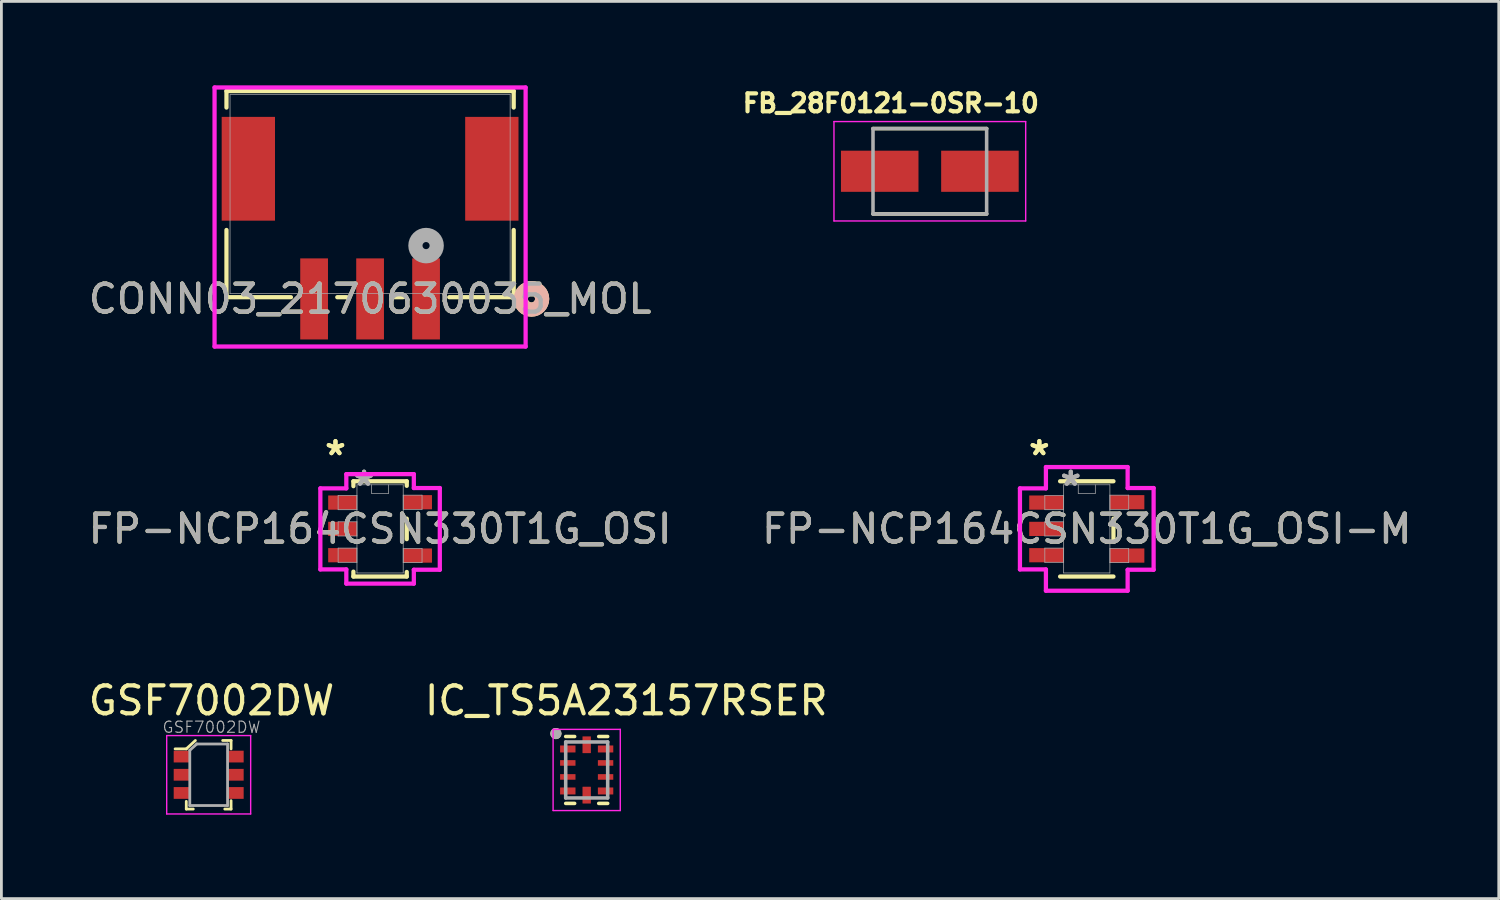
<source format=kicad_pcb>
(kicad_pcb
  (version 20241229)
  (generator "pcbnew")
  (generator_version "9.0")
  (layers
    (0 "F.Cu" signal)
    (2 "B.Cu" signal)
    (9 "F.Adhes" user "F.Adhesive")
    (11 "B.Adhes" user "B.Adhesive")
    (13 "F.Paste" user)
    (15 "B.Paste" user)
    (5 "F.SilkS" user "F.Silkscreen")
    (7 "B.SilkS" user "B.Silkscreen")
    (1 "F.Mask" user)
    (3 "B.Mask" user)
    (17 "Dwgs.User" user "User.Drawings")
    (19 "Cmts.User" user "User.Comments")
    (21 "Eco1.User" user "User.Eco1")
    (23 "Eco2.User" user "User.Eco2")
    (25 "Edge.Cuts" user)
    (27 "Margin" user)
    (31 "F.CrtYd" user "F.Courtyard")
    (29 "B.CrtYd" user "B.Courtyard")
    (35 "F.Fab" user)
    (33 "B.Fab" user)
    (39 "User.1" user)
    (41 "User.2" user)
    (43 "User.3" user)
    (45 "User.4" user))
  (footprint "CONN03_2170630035_MOL"
    (layer "F.Cu")
    (at 10.173 3.886)
    (property "Reference" "CONN03_2170630035_MOL" (at 0 3.744 0) (unlocked yes) (layer "F.SilkS") (effects (font (size 1 1) (thickness 0.15))))
    (attr smd)
    (fp_line (start -5.131 -3.683) (end -5.131 -3.093) (stroke (width 0.152) (type solid)) (layer "F.SilkS"))
    (fp_line (start -5.131 1.281) (end -5.131 3.683) (stroke (width 0.152) (type solid)) (layer "F.SilkS"))
    (fp_line (start -5.131 3.683) (end -2.828 3.683) (stroke (width 0.152) (type solid)) (layer "F.SilkS"))
    (fp_line (start -1.172 3.683) (end -0.828 3.683) (stroke (width 0.152) (type solid)) (layer "F.SilkS"))
    (fp_line (start 0.828 3.683) (end 1.172 3.683) (stroke (width 0.152) (type solid)) (layer "F.SilkS"))
    (fp_line (start 2.828 3.683) (end 5.131 3.683) (stroke (width 0.152) (type solid)) (layer "F.SilkS"))
    (fp_line (start 5.131 -3.683) (end -5.131 -3.683) (stroke (width 0.152) (type solid)) (layer "F.SilkS"))
    (fp_line (start 5.131 -3.093) (end 5.131 -3.683) (stroke (width 0.152) (type solid)) (layer "F.SilkS"))
    (fp_line (start 5.131 3.683) (end 5.131 1.281) (stroke (width 0.152) (type solid)) (layer "F.SilkS"))
    (fp_circle (center 5.766 3.744) (end 6.147 3.744) (stroke (width 0.508) (type solid)) (fill no) (layer "F.SilkS"))
    (fp_circle (center 5.766 3.744) (end 6.147 3.744) (stroke (width 0.508) (type solid)) (fill no) (layer "B.SilkS"))
    (fp_line (start -5.557 -3.81) (end -5.557 5.446) (stroke (width 0.152) (type solid)) (layer "F.CrtYd"))
    (fp_line (start -5.557 5.446) (end 5.557 5.446) (stroke (width 0.152) (type solid)) (layer "F.CrtYd"))
    (fp_line (start 5.557 -3.81) (end -5.557 -3.81) (stroke (width 0.152) (type solid)) (layer "F.CrtYd"))
    (fp_line (start 5.557 5.446) (end 5.557 -3.81) (stroke (width 0.152) (type solid)) (layer "F.CrtYd"))
    (fp_line (start -5.004 -3.556) (end -5.004 3.556) (stroke (width 0.025) (type solid)) (layer "F.Fab"))
    (fp_line (start -5.004 3.556) (end 5.004 3.556) (stroke (width 0.025) (type solid)) (layer "F.Fab"))
    (fp_line (start 5.004 -3.556) (end -5.004 -3.556) (stroke (width 0.025) (type solid)) (layer "F.Fab"))
    (fp_line (start 5.004 3.556) (end 5.004 -3.556) (stroke (width 0.025) (type solid)) (layer "F.Fab"))
    (fp_circle (center 2 1.839) (end 2.381 1.839) (stroke (width 0.508) (type solid)) (fill no) (layer "F.Fab"))
    (fp_text user "${REFERENCE}" (at 0 3.744 0) (unlocked yes) (layer "F.Fab") (effects (font (size 1 1) (thickness 0.15))))
    (pad "1" smd rect (at 2 3.744) (size 0.991 2.896) (layers "F.Cu" "F.Mask" "F.Paste"))
    (pad "2" smd rect (at 0 3.744) (size 0.991 2.896) (layers "F.Cu" "F.Mask" "F.Paste"))
    (pad "3" smd rect (at -2 3.744) (size 0.991 2.896) (layers "F.Cu" "F.Mask" "F.Paste"))
    (pad "4" smd rect (at -4.35 -0.906) (size 1.905 3.708) (layers "F.Cu" "F.Mask" "F.Paste"))
    (pad "5" smd rect (at 4.35 -0.906) (size 1.905 3.708) (layers "F.Cu" "F.Mask" "F.Paste")))
  (footprint "GSF7002DW"
    (layer "F.Cu")
    (at 4.506 24.732)
    (property "Reference" "GSF7002DW" (at 0 -2.75 0) (layer "F.SilkS") (effects (font (size 1 1) (thickness 0.15))))
    (attr smd)
    (fp_line (start -0.9 -1.025) (end -1.3 -1.025) (stroke (width 0.1) (type solid)) (layer "F.SilkS"))
    (fp_line (start -0.9 0.85) (end -0.9 1.125) (stroke (width 0.1) (type solid)) (layer "F.SilkS"))
    (fp_line (start -0.9 1.125) (end -0.65 1.125) (stroke (width 0.1) (type solid)) (layer "F.SilkS"))
    (fp_line (start -0.575 -1.325) (end -0.9 -1.025) (stroke (width 0.1) (type solid)) (layer "F.SilkS"))
    (fp_line (start 0.7 -1.325) (end 0.4 -1.325) (stroke (width 0.1) (type solid)) (layer "F.SilkS"))
    (fp_line (start 0.7 -1.025) (end 0.7 -1.325) (stroke (width 0.1) (type solid)) (layer "F.SilkS"))
    (fp_line (start 0.7 0.825) (end 0.7 1.125) (stroke (width 0.1) (type solid)) (layer "F.SilkS"))
    (fp_line (start 0.7 1.125) (end 0.475 1.125) (stroke (width 0.1) (type solid)) (layer "F.SilkS"))
    (fp_line (start -1.6 -1.5) (end 1.4 -1.5) (stroke (width 0.05) (type solid)) (layer "F.CrtYd"))
    (fp_line (start -1.6 1.3) (end -1.6 -1.5) (stroke (width 0.05) (type solid)) (layer "F.CrtYd"))
    (fp_line (start 1.4 -1.5) (end 1.4 1.3) (stroke (width 0.05) (type solid)) (layer "F.CrtYd"))
    (fp_line (start 1.4 1.3) (end -1.6 1.3) (stroke (width 0.05) (type solid)) (layer "F.CrtYd"))
    (fp_line (start -0.775 -0.975) (end -0.775 1) (stroke (width 0.1) (type solid)) (layer "F.Fab"))
    (fp_line (start -0.525 -1.2) (end -0.775 -0.975) (stroke (width 0.1) (type solid)) (layer "F.Fab"))
    (fp_line (start -0.525 -1.2) (end 0.575 -1.2) (stroke (width 0.1) (type solid)) (layer "F.Fab"))
    (fp_line (start 0.575 -1.2) (end 0.575 1) (stroke (width 0.1) (type solid)) (layer "F.Fab"))
    (fp_line (start 0.575 1) (end -0.775 1) (stroke (width 0.1) (type solid)) (layer "F.Fab"))
    (fp_text user "${REFERENCE}" (at 0 -1.8 180) (layer "F.Fab") (effects (font (size 0.4 0.4) (thickness 0.04))))
    (pad "D1" smd rect (at 0.85 -0.75 270) (size 0.42 0.6) (layers "F.Cu" "F.Mask" "F.Paste"))
    (pad "D2" smd rect (at -1.05 0.55 270) (size 0.42 0.6) (layers "F.Cu" "F.Mask" "F.Paste"))
    (pad "G1" smd rect (at -1.05 -0.1 270) (size 0.42 0.6) (layers "F.Cu" "F.Mask" "F.Paste"))
    (pad "G2" smd rect (at 0.85 -0.1 270) (size 0.42 0.6) (layers "F.Cu" "F.Mask" "F.Paste"))
    (pad "S1" smd rect (at -1.05 -0.75 270) (size 0.42 0.6) (layers "F.Cu" "F.Mask" "F.Paste"))
    (pad "S2" smd rect (at 0.85 0.55 270) (size 0.42 0.6) (layers "F.Cu" "F.Mask" "F.Paste")))
  (footprint "FP-NCP164CSN330T1G_OSI-M"
    (layer "F.Cu")
    (at 35.78 15.847)
    (property "Reference" "FP-NCP164CSN330T1G_OSI-M" (at 0 0 0) (unlocked yes) (layer "F.SilkS") (effects (font (size 1 1) (thickness 0.15))))
    (attr smd)
    (fp_line (start -0.953 1.702) (end 0.953 1.702) (stroke (width 0.152) (type solid)) (layer "F.SilkS"))
    (fp_line (start 0.953 -1.702) (end -0.953 -1.702) (stroke (width 0.152) (type solid)) (layer "F.SilkS"))
    (fp_line (start 0.953 0.366) (end 0.953 -0.366) (stroke (width 0.152) (type solid)) (layer "F.SilkS"))
    (fp_line (start -2.388 -1.448) (end -1.46 -1.448) (stroke (width 0.152) (type solid)) (layer "F.CrtYd"))
    (fp_line (start -2.388 1.448) (end -2.388 -1.448) (stroke (width 0.152) (type solid)) (layer "F.CrtYd"))
    (fp_line (start -1.46 -2.21) (end 1.46 -2.21) (stroke (width 0.152) (type solid)) (layer "F.CrtYd"))
    (fp_line (start -1.46 -1.448) (end -1.46 -2.21) (stroke (width 0.152) (type solid)) (layer "F.CrtYd"))
    (fp_line (start -1.46 1.448) (end -2.388 1.448) (stroke (width 0.152) (type solid)) (layer "F.CrtYd"))
    (fp_line (start -1.46 2.21) (end -1.46 1.448) (stroke (width 0.152) (type solid)) (layer "F.CrtYd"))
    (fp_line (start 1.46 -2.21) (end 1.46 -1.46) (stroke (width 0.152) (type solid)) (layer "F.CrtYd"))
    (fp_line (start 1.46 -1.46) (end 2.388 -1.46) (stroke (width 0.152) (type solid)) (layer "F.CrtYd"))
    (fp_line (start 1.46 1.46) (end 1.46 2.21) (stroke (width 0.152) (type solid)) (layer "F.CrtYd"))
    (fp_line (start 1.46 2.21) (end -1.46 2.21) (stroke (width 0.152) (type solid)) (layer "F.CrtYd"))
    (fp_line (start 2.388 -1.46) (end 2.388 1.46) (stroke (width 0.152) (type solid)) (layer "F.CrtYd"))
    (fp_line (start 2.388 1.46) (end 1.46 1.46) (stroke (width 0.152) (type solid)) (layer "F.CrtYd"))
    (fp_line (start -1.499 -1.194) (end -1.499 -0.686) (stroke (width 0.025) (type solid)) (layer "F.Fab"))
    (fp_line (start -1.499 -0.686) (end -0.826 -0.686) (stroke (width 0.025) (type solid)) (layer "F.Fab"))
    (fp_line (start -1.499 -0.254) (end -1.499 0.254) (stroke (width 0.025) (type solid)) (layer "F.Fab"))
    (fp_line (start -1.499 0.254) (end -0.826 0.254) (stroke (width 0.025) (type solid)) (layer "F.Fab"))
    (fp_line (start -1.499 0.686) (end -1.499 1.194) (stroke (width 0.025) (type solid)) (layer "F.Fab"))
    (fp_line (start -1.499 1.194) (end -0.826 1.194) (stroke (width 0.025) (type solid)) (layer "F.Fab"))
    (fp_line (start -0.826 -1.575) (end -0.826 1.575) (stroke (width 0.025) (type solid)) (layer "F.Fab"))
    (fp_line (start -0.826 -1.194) (end -1.499 -1.194) (stroke (width 0.025) (type solid)) (layer "F.Fab"))
    (fp_line (start -0.826 -0.686) (end -0.826 -1.194) (stroke (width 0.025) (type solid)) (layer "F.Fab"))
    (fp_line (start -0.826 -0.254) (end -1.499 -0.254) (stroke (width 0.025) (type solid)) (layer "F.Fab"))
    (fp_line (start -0.826 0.254) (end -0.826 -0.254) (stroke (width 0.025) (type solid)) (layer "F.Fab"))
    (fp_line (start -0.826 0.686) (end -1.499 0.686) (stroke (width 0.025) (type solid)) (layer "F.Fab"))
    (fp_line (start -0.826 1.194) (end -0.826 0.686) (stroke (width 0.025) (type solid)) (layer "F.Fab"))
    (fp_line (start -0.826 1.575) (end 0.826 1.575) (stroke (width 0.025) (type solid)) (layer "F.Fab"))
    (fp_line (start -0.305 -1.27) (end -0.305 -1.575) (stroke (width 0.025) (type solid)) (layer "F.Fab"))
    (fp_line (start 0.305 -1.575) (end 0.305 -1.27) (stroke (width 0.025) (type solid)) (layer "F.Fab"))
    (fp_line (start 0.305 -1.27) (end -0.305 -1.27) (stroke (width 0.025) (type solid)) (layer "F.Fab"))
    (fp_line (start 0.826 -1.575) (end -0.826 -1.575) (stroke (width 0.025) (type solid)) (layer "F.Fab"))
    (fp_line (start 0.826 -1.206) (end 0.826 -0.699) (stroke (width 0.025) (type solid)) (layer "F.Fab"))
    (fp_line (start 0.826 -0.699) (end 1.499 -0.699) (stroke (width 0.025) (type solid)) (layer "F.Fab"))
    (fp_line (start 0.826 0.699) (end 0.826 1.206) (stroke (width 0.025) (type solid)) (layer "F.Fab"))
    (fp_line (start 0.826 1.206) (end 1.499 1.206) (stroke (width 0.025) (type solid)) (layer "F.Fab"))
    (fp_line (start 0.826 1.575) (end 0.826 -1.575) (stroke (width 0.025) (type solid)) (layer "F.Fab"))
    (fp_line (start 1.499 -1.206) (end 0.826 -1.206) (stroke (width 0.025) (type solid)) (layer "F.Fab"))
    (fp_line (start 1.499 -0.699) (end 1.499 -1.206) (stroke (width 0.025) (type solid)) (layer "F.Fab"))
    (fp_line (start 1.499 0.699) (end 0.826 0.699) (stroke (width 0.025) (type solid)) (layer "F.Fab"))
    (fp_line (start 1.499 1.206) (end 1.499 0.699) (stroke (width 0.025) (type solid)) (layer "F.Fab"))
    (fp_text user "*" (at -1.695 -2.591 0) (unlocked yes) (layer "F.SilkS") (effects (font (size 1 1) (thickness 0.15))))
    (fp_text user "*" (at -1.695 -2.591 0) (layer "F.SilkS") (effects (font (size 1 1) (thickness 0.15))))
    (fp_text user "${REFERENCE}" (at 0 0 0) (unlocked yes) (layer "F.Fab") (effects (font (size 1 1) (thickness 0.15))))
    (fp_text user "*" (at -0.572 -1.499 0) (layer "F.Fab") (effects (font (size 1 1) (thickness 0.15))))
    (fp_text user "*" (at -0.572 -1.499 0) (unlocked yes) (layer "F.Fab") (effects (font (size 1 1) (thickness 0.15))))
    (pad "1" smd rect (at -1.441 -0.94) (size 1.232 0.508) (layers "F.Cu" "F.Mask" "F.Paste"))
    (pad "2" smd rect (at -1.441 0) (size 1.232 0.508) (layers "F.Cu" "F.Mask" "F.Paste"))
    (pad "3" smd rect (at -1.441 0.94) (size 1.232 0.508) (layers "F.Cu" "F.Mask" "F.Paste"))
    (pad "4" smd rect (at 1.441 0.953) (size 1.232 0.508) (layers "F.Cu" "F.Mask" "F.Paste"))
    (pad "5" smd rect (at 1.441 -0.953) (size 1.232 0.508) (layers "F.Cu" "F.Mask" "F.Paste")))
  (footprint "FP-NCP164CSN330T1G_OSI"
    (layer "F.Cu")
    (at 10.53 15.847)
    (property "Reference" "FP-NCP164CSN330T1G_OSI" (at 0 0 0) (unlocked yes) (layer "F.SilkS") (effects (font (size 1 1) (thickness 0.15))))
    (attr smd)
    (fp_line (start -0.953 -1.702) (end -0.953 -1.527) (stroke (width 0.152) (type solid)) (layer "F.SilkS"))
    (fp_line (start -0.953 1.527) (end -0.953 1.702) (stroke (width 0.152) (type solid)) (layer "F.SilkS"))
    (fp_line (start -0.953 1.702) (end 0.953 1.702) (stroke (width 0.152) (type solid)) (layer "F.SilkS"))
    (fp_line (start 0.953 -1.702) (end -0.953 -1.702) (stroke (width 0.152) (type solid)) (layer "F.SilkS"))
    (fp_line (start 0.953 -1.539) (end 0.953 -1.702) (stroke (width 0.152) (type solid)) (layer "F.SilkS"))
    (fp_line (start 0.953 0.366) (end 0.953 -0.366) (stroke (width 0.152) (type solid)) (layer "F.SilkS"))
    (fp_line (start 0.953 1.702) (end 0.953 1.539) (stroke (width 0.152) (type solid)) (layer "F.SilkS"))
    (fp_line (start -2.134 -1.448) (end -1.206 -1.448) (stroke (width 0.152) (type solid)) (layer "F.CrtYd"))
    (fp_line (start -2.134 1.448) (end -2.134 -1.448) (stroke (width 0.152) (type solid)) (layer "F.CrtYd"))
    (fp_line (start -1.206 -1.956) (end 1.206 -1.956) (stroke (width 0.152) (type solid)) (layer "F.CrtYd"))
    (fp_line (start -1.206 -1.448) (end -1.206 -1.956) (stroke (width 0.152) (type solid)) (layer "F.CrtYd"))
    (fp_line (start -1.206 1.448) (end -2.134 1.448) (stroke (width 0.152) (type solid)) (layer "F.CrtYd"))
    (fp_line (start -1.206 1.956) (end -1.206 1.448) (stroke (width 0.152) (type solid)) (layer "F.CrtYd"))
    (fp_line (start 1.206 -1.956) (end 1.206 -1.46) (stroke (width 0.152) (type solid)) (layer "F.CrtYd"))
    (fp_line (start 1.206 -1.46) (end 2.134 -1.46) (stroke (width 0.152) (type solid)) (layer "F.CrtYd"))
    (fp_line (start 1.206 1.46) (end 1.206 1.956) (stroke (width 0.152) (type solid)) (layer "F.CrtYd"))
    (fp_line (start 1.206 1.956) (end -1.206 1.956) (stroke (width 0.152) (type solid)) (layer "F.CrtYd"))
    (fp_line (start 2.134 -1.46) (end 2.134 1.46) (stroke (width 0.152) (type solid)) (layer "F.CrtYd"))
    (fp_line (start 2.134 1.46) (end 1.206 1.46) (stroke (width 0.152) (type solid)) (layer "F.CrtYd"))
    (fp_line (start -1.499 -1.194) (end -1.499 -0.686) (stroke (width 0.025) (type solid)) (layer "F.Fab"))
    (fp_line (start -1.499 -0.686) (end -0.826 -0.686) (stroke (width 0.025) (type solid)) (layer "F.Fab"))
    (fp_line (start -1.499 -0.254) (end -1.499 0.254) (stroke (width 0.025) (type solid)) (layer "F.Fab"))
    (fp_line (start -1.499 0.254) (end -0.826 0.254) (stroke (width 0.025) (type solid)) (layer "F.Fab"))
    (fp_line (start -1.499 0.686) (end -1.499 1.194) (stroke (width 0.025) (type solid)) (layer "F.Fab"))
    (fp_line (start -1.499 1.194) (end -0.826 1.194) (stroke (width 0.025) (type solid)) (layer "F.Fab"))
    (fp_line (start -0.826 -1.575) (end -0.826 1.575) (stroke (width 0.025) (type solid)) (layer "F.Fab"))
    (fp_line (start -0.826 -1.194) (end -1.499 -1.194) (stroke (width 0.025) (type solid)) (layer "F.Fab"))
    (fp_line (start -0.826 -0.686) (end -0.826 -1.194) (stroke (width 0.025) (type solid)) (layer "F.Fab"))
    (fp_line (start -0.826 -0.254) (end -1.499 -0.254) (stroke (width 0.025) (type solid)) (layer "F.Fab"))
    (fp_line (start -0.826 0.254) (end -0.826 -0.254) (stroke (width 0.025) (type solid)) (layer "F.Fab"))
    (fp_line (start -0.826 0.686) (end -1.499 0.686) (stroke (width 0.025) (type solid)) (layer "F.Fab"))
    (fp_line (start -0.826 1.194) (end -0.826 0.686) (stroke (width 0.025) (type solid)) (layer "F.Fab"))
    (fp_line (start -0.826 1.575) (end 0.826 1.575) (stroke (width 0.025) (type solid)) (layer "F.Fab"))
    (fp_line (start -0.305 -1.27) (end -0.305 -1.575) (stroke (width 0.025) (type solid)) (layer "F.Fab"))
    (fp_line (start 0.305 -1.575) (end 0.305 -1.27) (stroke (width 0.025) (type solid)) (layer "F.Fab"))
    (fp_line (start 0.305 -1.27) (end -0.305 -1.27) (stroke (width 0.025) (type solid)) (layer "F.Fab"))
    (fp_line (start 0.826 -1.575) (end -0.826 -1.575) (stroke (width 0.025) (type solid)) (layer "F.Fab"))
    (fp_line (start 0.826 -1.206) (end 0.826 -0.699) (stroke (width 0.025) (type solid)) (layer "F.Fab"))
    (fp_line (start 0.826 -0.699) (end 1.499 -0.699) (stroke (width 0.025) (type solid)) (layer "F.Fab"))
    (fp_line (start 0.826 0.699) (end 0.826 1.206) (stroke (width 0.025) (type solid)) (layer "F.Fab"))
    (fp_line (start 0.826 1.206) (end 1.499 1.206) (stroke (width 0.025) (type solid)) (layer "F.Fab"))
    (fp_line (start 0.826 1.575) (end 0.826 -1.575) (stroke (width 0.025) (type solid)) (layer "F.Fab"))
    (fp_line (start 1.499 -1.206) (end 0.826 -1.206) (stroke (width 0.025) (type solid)) (layer "F.Fab"))
    (fp_line (start 1.499 -0.699) (end 1.499 -1.206) (stroke (width 0.025) (type solid)) (layer "F.Fab"))
    (fp_line (start 1.499 0.699) (end 0.826 0.699) (stroke (width 0.025) (type solid)) (layer "F.Fab"))
    (fp_line (start 1.499 1.206) (end 1.499 0.699) (stroke (width 0.025) (type solid)) (layer "F.Fab"))
    (fp_text user "*" (at -1.594 -2.591 0) (unlocked yes) (layer "F.SilkS") (effects (font (size 1 1) (thickness 0.15))))
    (fp_text user "*" (at -1.594 -2.591 0) (layer "F.SilkS") (effects (font (size 1 1) (thickness 0.15))))
    (fp_text user "*" (at -0.572 -1.499 0) (unlocked yes) (layer "F.Fab") (effects (font (size 1 1) (thickness 0.15))))
    (fp_text user "*" (at -0.572 -1.499 0) (layer "F.Fab") (effects (font (size 1 1) (thickness 0.15))))
    (fp_text user "${REFERENCE}" (at 0 0 0) (unlocked yes) (layer "F.Fab") (effects (font (size 1 1) (thickness 0.15))))
    (pad "1" smd rect (at -1.34 -0.94) (size 1.029 0.508) (layers "F.Cu" "F.Mask" "F.Paste"))
    (pad "2" smd rect (at -1.34 0) (size 1.029 0.508) (layers "F.Cu" "F.Mask" "F.Paste"))
    (pad "3" smd rect (at -1.34 0.94) (size 1.029 0.508) (layers "F.Cu" "F.Mask" "F.Paste"))
    (pad "4" smd rect (at 1.34 0.953) (size 1.029 0.508) (layers "F.Cu" "F.Mask" "F.Paste"))
    (pad "5" smd rect (at 1.34 -0.953) (size 1.029 0.508) (layers "F.Cu" "F.Mask" "F.Paste")))
  (footprint "FB_28F0121-0SR-10"
    (layer "F.Cu")
    (at 30.172 3.069)
    (property "Reference" "FB_28F0121-0SR-10" (at -1.393 -2.431 0) (layer "F.SilkS") (effects (font (size 0.64 0.64) (thickness 0.15))))
    (attr smd)
    (fp_line (start -2.03 -1.525) (end 2.03 -1.525) (stroke (width 0.127) (type solid)) (layer "F.SilkS"))
    (fp_line (start -2.03 1.525) (end 2.03 1.525) (stroke (width 0.127) (type solid)) (layer "F.SilkS"))
    (fp_line (start -3.425 -1.775) (end -3.425 1.775) (stroke (width 0.05) (type solid)) (layer "F.CrtYd"))
    (fp_line (start -3.425 1.775) (end 3.425 1.775) (stroke (width 0.05) (type solid)) (layer "F.CrtYd"))
    (fp_line (start 3.425 -1.775) (end -3.425 -1.775) (stroke (width 0.05) (type solid)) (layer "F.CrtYd"))
    (fp_line (start 3.425 1.775) (end 3.425 -1.775) (stroke (width 0.05) (type solid)) (layer "F.CrtYd"))
    (fp_line (start -2.03 -1.525) (end -2.03 1.525) (stroke (width 0.127) (type solid)) (layer "F.Fab"))
    (fp_line (start -2.03 -1.525) (end 2.03 -1.525) (stroke (width 0.127) (type solid)) (layer "F.Fab"))
    (fp_line (start -2.03 1.525) (end 2.03 1.525) (stroke (width 0.127) (type solid)) (layer "F.Fab"))
    (fp_line (start 2.03 -1.525) (end 2.03 1.525) (stroke (width 0.127) (type solid)) (layer "F.Fab"))
    (pad "1" smd rect (at -1.79 0) (size 2.77 1.47) (layers "F.Cu" "F.Mask" "F.Paste"))
    (pad "2" smd rect (at 1.79 0) (size 2.77 1.47) (layers "F.Cu" "F.Mask" "F.Paste")))
  (footprint "IC_TS5A23157RSER"
    (layer "F.Cu")
    (at 17.912 24.46)
    (property "Reference" "IC_TS5A23157RSER" (at 1.415 -2.478 0) (layer "F.SilkS") (effects (font (size 1 1) (thickness 0.15))))
    (attr smd)
    (fp_line (start -0.75 -1.195) (end -0.43 -1.195) (stroke (width 0.127) (type solid)) (layer "F.SilkS"))
    (fp_line (start -0.75 1.195) (end -0.43 1.195) (stroke (width 0.127) (type solid)) (layer "F.SilkS"))
    (fp_line (start 0.75 -1.195) (end 0.43 -1.195) (stroke (width 0.127) (type solid)) (layer "F.SilkS"))
    (fp_line (start 0.75 1.195) (end 0.43 1.195) (stroke (width 0.127) (type solid)) (layer "F.SilkS"))
    (fp_circle (center -1.1 -1.3) (end -1 -1.3) (stroke (width 0.2) (type solid)) (fill no) (layer "F.SilkS"))
    (fp_line (start -1.2 -1.45) (end 1.2 -1.45) (stroke (width 0.05) (type solid)) (layer "F.CrtYd"))
    (fp_line (start -1.2 1.45) (end -1.2 -1.45) (stroke (width 0.05) (type solid)) (layer "F.CrtYd"))
    (fp_line (start -1.2 1.45) (end 1.2 1.45) (stroke (width 0.05) (type solid)) (layer "F.CrtYd"))
    (fp_line (start 1.2 1.45) (end 1.2 -1.45) (stroke (width 0.05) (type solid)) (layer "F.CrtYd"))
    (fp_line (start -0.75 1) (end -0.75 -1) (stroke (width 0.127) (type solid)) (layer "F.Fab"))
    (fp_line (start 0.75 -1) (end -0.75 -1) (stroke (width 0.127) (type solid)) (layer "F.Fab"))
    (fp_line (start 0.75 1) (end -0.75 1) (stroke (width 0.127) (type solid)) (layer "F.Fab"))
    (fp_line (start 0.75 1) (end 0.75 -1) (stroke (width 0.127) (type solid)) (layer "F.Fab"))
    (fp_circle (center -1.1 -1.3) (end -1 -1.3) (stroke (width 0.2) (type solid)) (fill no) (layer "F.Fab"))
    (pad "1" smd roundrect (at -0.675 -0.75) (size 0.55 0.25) (layers "F.Cu" "F.Mask" "F.Paste") (roundrect_rratio 0.03))
    (pad "2" smd roundrect (at -0.675 -0.25) (size 0.55 0.2) (layers "F.Cu" "F.Mask" "F.Paste") (roundrect_rratio 0.03))
    (pad "3" smd roundrect (at -0.675 0.25) (size 0.55 0.2) (layers "F.Cu" "F.Mask" "F.Paste") (roundrect_rratio 0.03))
    (pad "4" smd roundrect (at -0.675 0.75) (size 0.55 0.25) (layers "F.Cu" "F.Mask" "F.Paste") (roundrect_rratio 0.03))
    (pad "5" smd roundrect (at 0 0.9 90) (size 0.6 0.3) (layers "F.Cu" "F.Mask" "F.Paste") (roundrect_rratio 0.04))
    (pad "6" smd roundrect (at 0.675 0.75) (size 0.55 0.25) (layers "F.Cu" "F.Mask" "F.Paste") (roundrect_rratio 0.03))
    (pad "7" smd roundrect (at 0.675 0.25) (size 0.55 0.2) (layers "F.Cu" "F.Mask" "F.Paste") (roundrect_rratio 0.03))
    (pad "8" smd roundrect (at 0.675 -0.25) (size 0.55 0.2) (layers "F.Cu" "F.Mask" "F.Paste") (roundrect_rratio 0.03))
    (pad "9" smd roundrect (at 0.675 -0.75) (size 0.55 0.25) (layers "F.Cu" "F.Mask" "F.Paste") (roundrect_rratio 0.03))
    (pad "10" smd roundrect (at 0 -0.9 90) (size 0.6 0.3) (layers "F.Cu" "F.Mask" "F.Paste") (roundrect_rratio 0.04)))
  (gr_rect
    (start -3 -3)
    (end 50.5 29.057)
    (stroke (width 0.1) (type default))
    (fill no)
    (layer "Edge.Cuts")))
</source>
